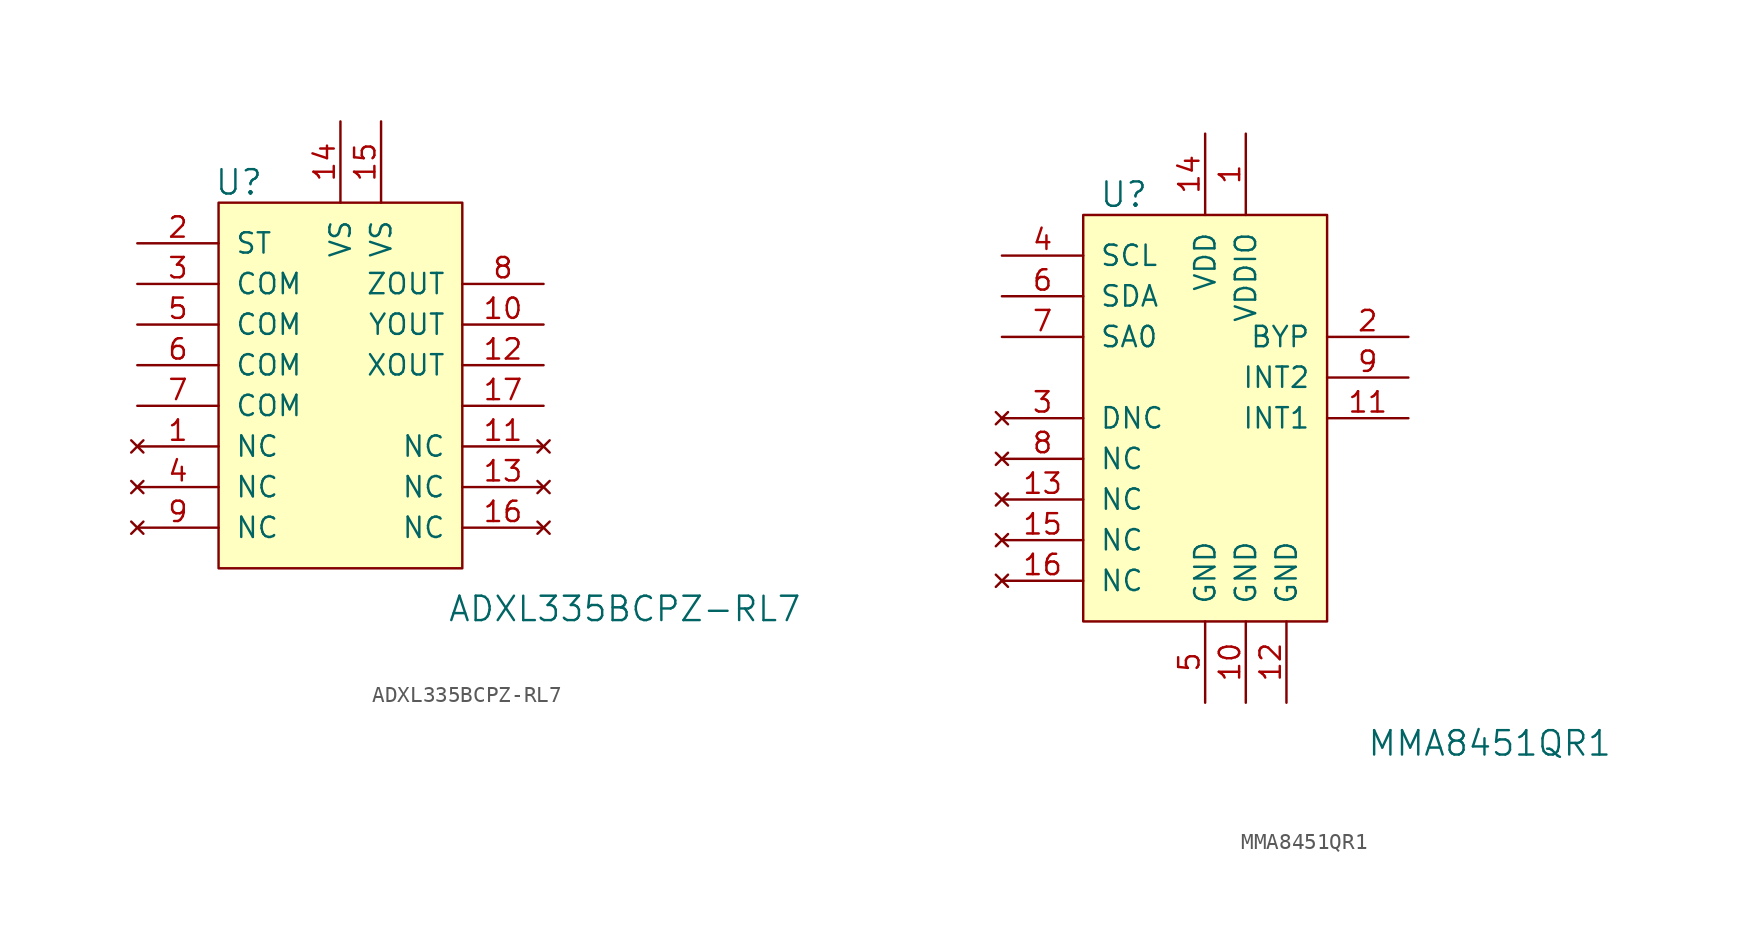
<source format=kicad_sym>
(kicad_symbol_lib
  (version 20220914)
  (generator kicad_symbol_editor)
  (symbol "ADXL335BCPZ-RL7"
    (pin_names
      (offset 1.016))
    (property "Reference" "U"
      (at -6.35 11.43 0)
      (effects (font (size 1.524 1.524))))
    (property "Value" "ADXL335BCPZ-RL7"
      (at 17.78 -15.24 0)
      (effects (font (size 1.524 1.524))))
    (symbol "ADXL335BCPZ-RL7_0_1"
      (rectangle (start -7.62 10.16) (end 7.62 -12.7) (stroke (width 0) (type solid)) (fill (type background))))
    (symbol "ADXL335BCPZ-RL7_1_1"
      (pin no_connect line (at -12.7 -5.08 0) (length 5.08) (name "NC" (effects (font (size 1.27 1.27)))) (number "1" (effects (font (size 1.27 1.27)))))
      (pin output line (at 12.7 2.54 180) (length 5.08) (name "YOUT" (effects (font (size 1.27 1.27)))) (number "10" (effects (font (size 1.27 1.27)))))
      (pin no_connect line (at 12.7 -5.08 180) (length 5.08) (name "NC" (effects (font (size 1.27 1.27)))) (number "11" (effects (font (size 1.27 1.27)))))
      (pin output line (at 12.7 0 180) (length 5.08) (name "XOUT" (effects (font (size 1.27 1.27)))) (number "12" (effects (font (size 1.27 1.27)))))
      (pin no_connect line (at 12.7 -7.62 180) (length 5.08) (name "NC" (effects (font (size 1.27 1.27)))) (number "13" (effects (font (size 1.27 1.27)))))
      (pin power_in line (at 0 15.24 270) (length 5.08) (name "VS" (effects (font (size 1.27 1.27)))) (number "14" (effects (font (size 1.27 1.27)))))
      (pin power_in line (at 2.54 15.24 270) (length 5.08) (name "VS" (effects (font (size 1.27 1.27)))) (number "15" (effects (font (size 1.27 1.27)))))
      (pin no_connect line (at 12.7 -10.16 180) (length 5.08) (name "NC" (effects (font (size 1.27 1.27)))) (number "16" (effects (font (size 1.27 1.27)))))
      (pin unspecified line (at 12.7 -2.54 180) (length 5.08) (name "~" (effects (font (size 1.27 1.27)))) (number "17" (effects (font (size 1.27 1.27)))))
      (pin input line (at -12.7 7.62 0) (length 5.08) (name "ST" (effects (font (size 1.27 1.27)))) (number "2" (effects (font (size 1.27 1.27)))))
      (pin input line (at -12.7 5.08 0) (length 5.08) (name "COM" (effects (font (size 1.27 1.27)))) (number "3" (effects (font (size 1.27 1.27)))))
      (pin no_connect line (at -12.7 -7.62 0) (length 5.08) (name "NC" (effects (font (size 1.27 1.27)))) (number "4" (effects (font (size 1.27 1.27)))))
      (pin input line (at -12.7 2.54 0) (length 5.08) (name "COM" (effects (font (size 1.27 1.27)))) (number "5" (effects (font (size 1.27 1.27)))))
      (pin input line (at -12.7 0 0) (length 5.08) (name "COM" (effects (font (size 1.27 1.27)))) (number "6" (effects (font (size 1.27 1.27)))))
      (pin input line (at -12.7 -2.54 0) (length 5.08) (name "COM" (effects (font (size 1.27 1.27)))) (number "7" (effects (font (size 1.27 1.27)))))
      (pin output line (at 12.7 5.08 180) (length 5.08) (name "ZOUT" (effects (font (size 1.27 1.27)))) (number "8" (effects (font (size 1.27 1.27)))))
      (pin no_connect line (at -12.7 -10.16 0) (length 5.08) (name "NC" (effects (font (size 1.27 1.27)))) (number "9" (effects (font (size 1.27 1.27)))))))
  (symbol "MMA8451QR1"
    (pin_names
      (offset 1.016))
    (property "Reference" "U"
      (at -5.08 13.97 0)
      (effects (font (size 1.524 1.524))))
    (property "Value" "MMA8451QR1"
      (at 17.78 -20.32 0)
      (effects (font (size 1.524 1.524))))
    (symbol "MMA8451QR1_0_1"
      (rectangle (start -7.62 12.7) (end 7.62 -12.7) (stroke (width 0) (type solid)) (fill (type background))))
    (symbol "MMA8451QR1_1_1"
      (pin power_in line (at 2.54 17.78 270) (length 5.08) (name "VDDIO" (effects (font (size 1.27 1.27)))) (number "1" (effects (font (size 1.27 1.27)))))
      (pin power_in line (at 2.54 -17.78 90) (length 5.08) (name "GND" (effects (font (size 1.27 1.27)))) (number "10" (effects (font (size 1.27 1.27)))))
      (pin output line (at 12.7 0 180) (length 5.08) (name "INT1" (effects (font (size 1.27 1.27)))) (number "11" (effects (font (size 1.27 1.27)))))
      (pin power_in line (at 5.08 -17.78 90) (length 5.08) (name "GND" (effects (font (size 1.27 1.27)))) (number "12" (effects (font (size 1.27 1.27)))))
      (pin no_connect line (at -12.7 -5.08 0) (length 5.08) (name "NC" (effects (font (size 1.27 1.27)))) (number "13" (effects (font (size 1.27 1.27)))))
      (pin power_in line (at 0 17.78 270) (length 5.08) (name "VDD" (effects (font (size 1.27 1.27)))) (number "14" (effects (font (size 1.27 1.27)))))
      (pin no_connect line (at -12.7 -7.62 0) (length 5.08) (name "NC" (effects (font (size 1.27 1.27)))) (number "15" (effects (font (size 1.27 1.27)))))
      (pin no_connect line (at -12.7 -10.16 0) (length 5.08) (name "NC" (effects (font (size 1.27 1.27)))) (number "16" (effects (font (size 1.27 1.27)))))
      (pin output line (at 12.7 5.08 180) (length 5.08) (name "BYP" (effects (font (size 1.27 1.27)))) (number "2" (effects (font (size 1.27 1.27)))))
      (pin no_connect line (at -12.7 0 0) (length 5.08) (name "DNC" (effects (font (size 1.27 1.27)))) (number "3" (effects (font (size 1.27 1.27)))))
      (pin bidirectional line (at -12.7 10.16 0) (length 5.08) (name "SCL" (effects (font (size 1.27 1.27)))) (number "4" (effects (font (size 1.27 1.27)))))
      (pin power_in line (at 0 -17.78 90) (length 5.08) (name "GND" (effects (font (size 1.27 1.27)))) (number "5" (effects (font (size 1.27 1.27)))))
      (pin bidirectional line (at -12.7 7.62 0) (length 5.08) (name "SDA" (effects (font (size 1.27 1.27)))) (number "6" (effects (font (size 1.27 1.27)))))
      (pin bidirectional line (at -12.7 5.08 0) (length 5.08) (name "SA0" (effects (font (size 1.27 1.27)))) (number "7" (effects (font (size 1.27 1.27)))))
      (pin no_connect line (at -12.7 -2.54 0) (length 5.08) (name "NC" (effects (font (size 1.27 1.27)))) (number "8" (effects (font (size 1.27 1.27)))))
      (pin output line (at 12.7 2.54 180) (length 5.08) (name "INT2" (effects (font (size 1.27 1.27)))) (number "9" (effects (font (size 1.27 1.27))))))))
</source>
